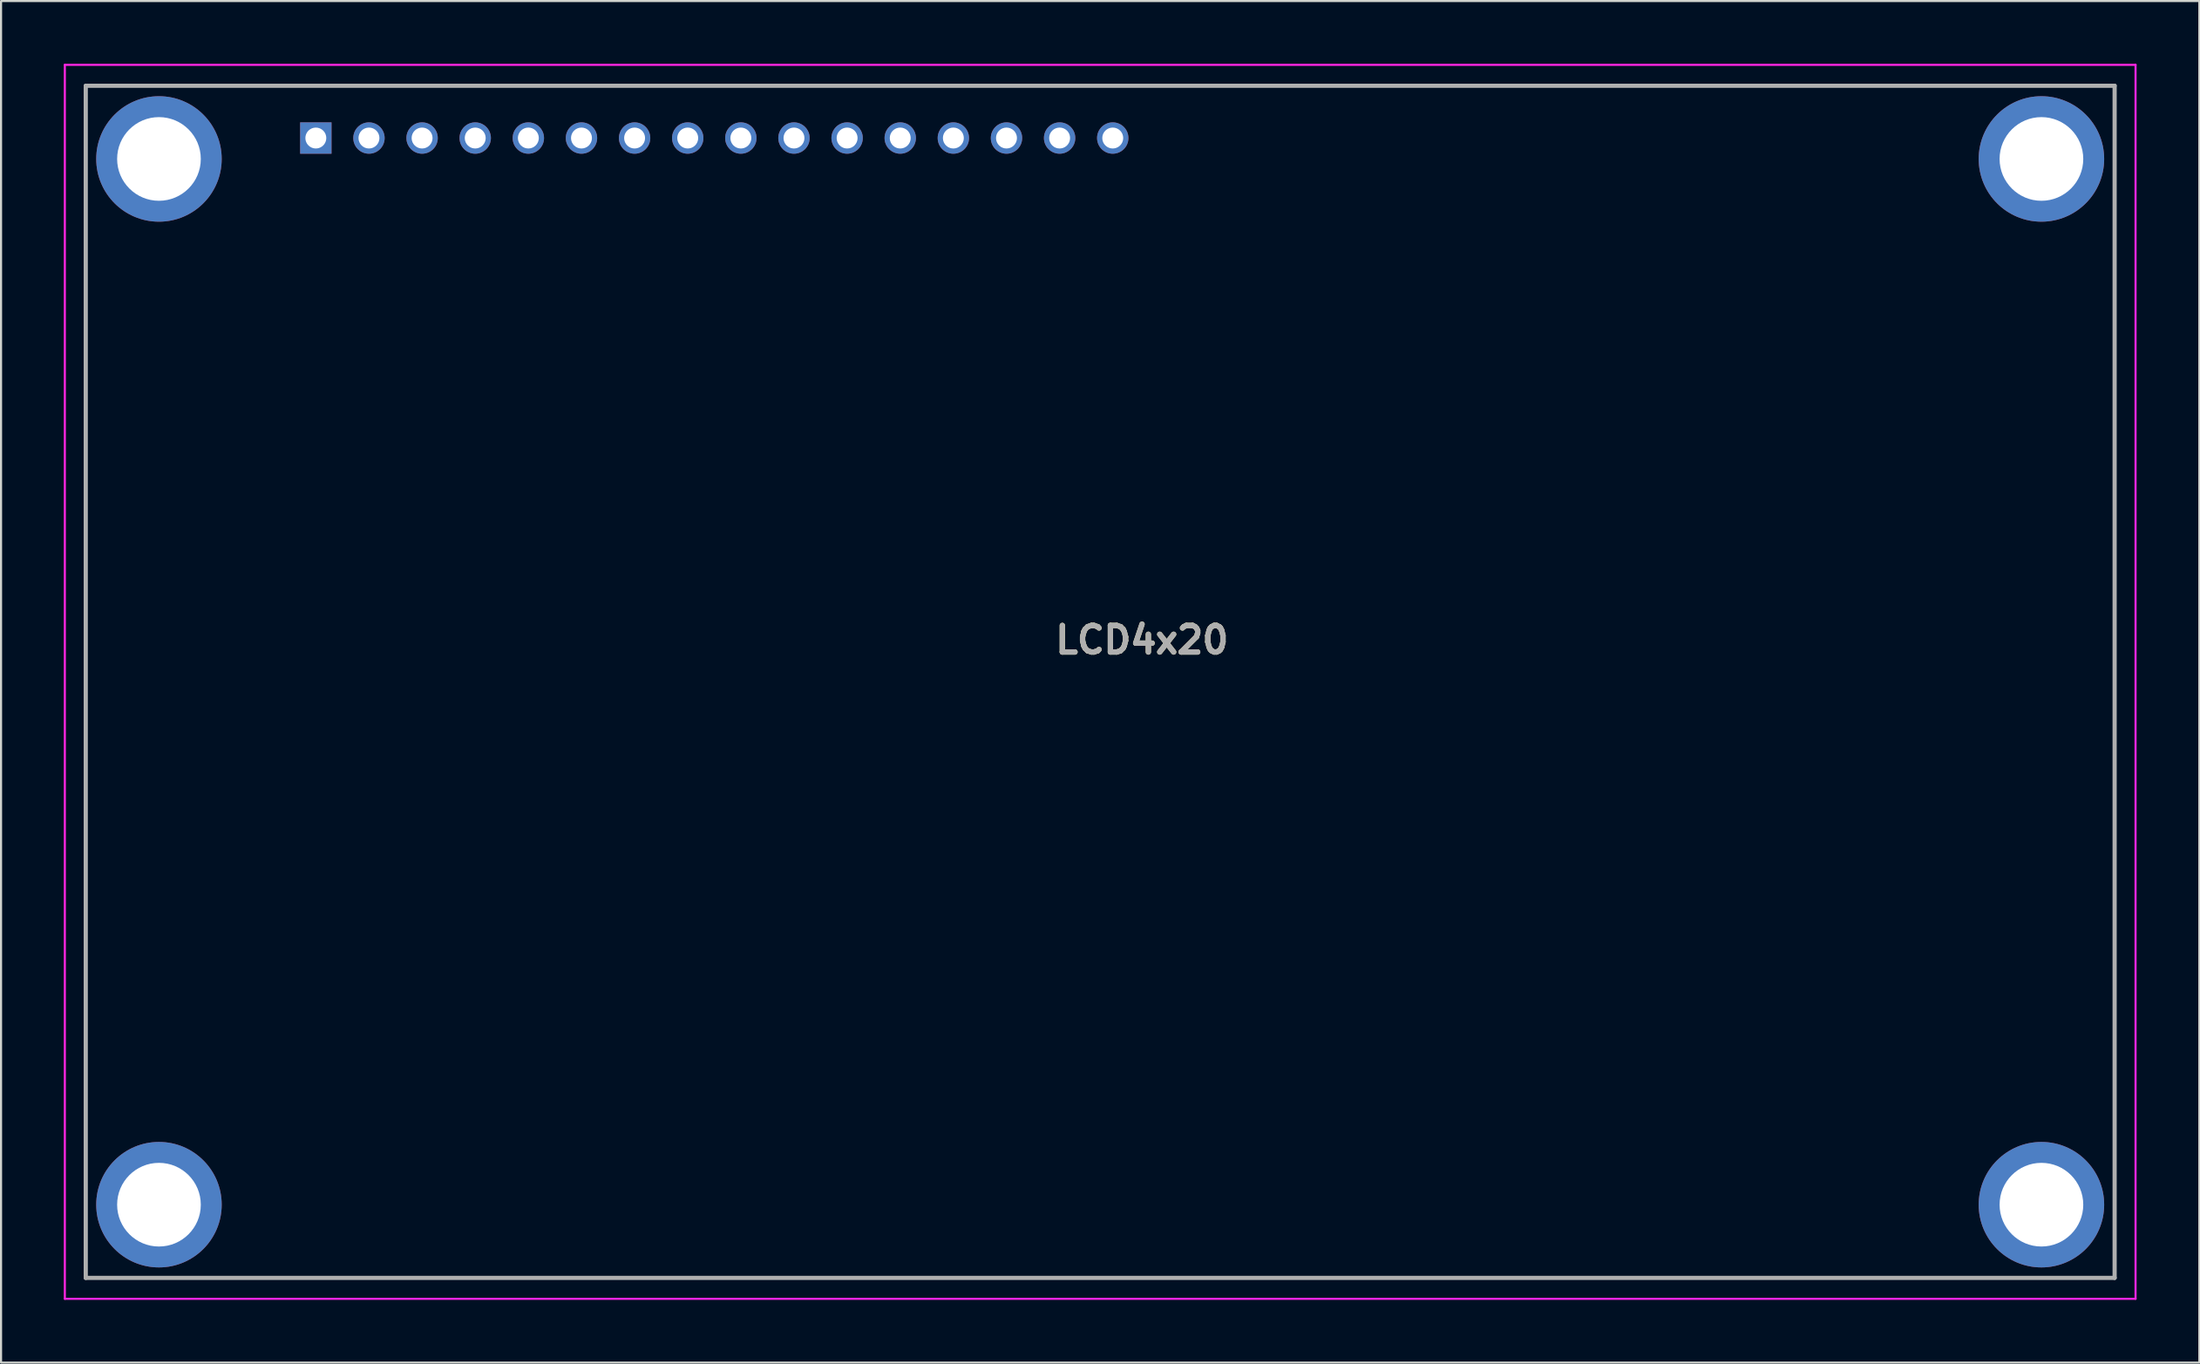
<source format=kicad_pcb>
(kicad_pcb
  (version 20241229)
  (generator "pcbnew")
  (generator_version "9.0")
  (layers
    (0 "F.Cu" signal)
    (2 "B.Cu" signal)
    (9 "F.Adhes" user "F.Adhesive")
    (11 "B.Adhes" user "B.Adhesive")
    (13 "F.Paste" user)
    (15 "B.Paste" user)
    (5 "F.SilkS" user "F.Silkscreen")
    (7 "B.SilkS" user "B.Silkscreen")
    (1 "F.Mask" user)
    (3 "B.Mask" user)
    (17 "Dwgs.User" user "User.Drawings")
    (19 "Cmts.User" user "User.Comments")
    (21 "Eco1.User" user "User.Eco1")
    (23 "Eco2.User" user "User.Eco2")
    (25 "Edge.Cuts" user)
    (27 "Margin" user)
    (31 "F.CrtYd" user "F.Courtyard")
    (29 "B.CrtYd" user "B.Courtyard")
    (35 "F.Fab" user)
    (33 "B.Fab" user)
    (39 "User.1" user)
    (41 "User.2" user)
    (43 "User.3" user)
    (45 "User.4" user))
  (footprint "LCD4x20"
    (layer "F.Cu")
    (at 11.05 3.55)
    (property "Reference" "LCD4x20" (at 40.5 24 0) (layer "F.SilkS") (effects (font (size 1.27 1.27) (thickness 0.254))))
    (attr through_hole)
    (fp_line (start -10 -2.5) (end 87 -2.5) (stroke (width 0.1) (type solid)) (layer "F.SilkS"))
    (fp_line (start -10 54.5) (end -10 -2.5) (stroke (width 0.1) (type solid)) (layer "F.SilkS"))
    (fp_line (start 87 -2.5) (end 87 54.5) (stroke (width 0.1) (type solid)) (layer "F.SilkS"))
    (fp_line (start 87 54.5) (end -10 54.5) (stroke (width 0.1) (type solid)) (layer "F.SilkS"))
    (fp_line (start -11 -3.5) (end 88 -3.5) (stroke (width 0.1) (type solid)) (layer "F.CrtYd"))
    (fp_line (start -11 55.5) (end -11 -3.5) (stroke (width 0.1) (type solid)) (layer "F.CrtYd"))
    (fp_line (start 88 -3.5) (end 88 55.5) (stroke (width 0.1) (type solid)) (layer "F.CrtYd"))
    (fp_line (start 88 55.5) (end -11 55.5) (stroke (width 0.1) (type solid)) (layer "F.CrtYd"))
    (fp_line (start -10 -2.5) (end 87 -2.5) (stroke (width 0.2) (type solid)) (layer "F.Fab"))
    (fp_line (start -10 54.5) (end -10 -2.5) (stroke (width 0.2) (type solid)) (layer "F.Fab"))
    (fp_line (start 87 -2.5) (end 87 54.5) (stroke (width 0.2) (type solid)) (layer "F.Fab"))
    (fp_line (start 87 54.5) (end -10 54.5) (stroke (width 0.2) (type solid)) (layer "F.Fab"))
    (fp_text user "${REFERENCE}" (at 40.5 24 0) (layer "F.Fab") (effects (font (size 1.27 1.27) (thickness 0.254))))
    (pad "1" thru_hole rect (at 1 0) (size 1.5 1.5) (drill 1) (layers "*.Cu" "*.Mask"))
    (pad "2" thru_hole circle (at 3.54 0) (size 1.5 1.5) (drill 1) (layers "*.Cu" "*.Mask"))
    (pad "3" thru_hole circle (at 6.08 0) (size 1.5 1.5) (drill 1) (layers "*.Cu" "*.Mask"))
    (pad "4" thru_hole circle (at 8.62 0) (size 1.5 1.5) (drill 1) (layers "*.Cu" "*.Mask"))
    (pad "5" thru_hole circle (at 11.16 0) (size 1.5 1.5) (drill 1) (layers "*.Cu" "*.Mask"))
    (pad "6" thru_hole circle (at 13.7 0) (size 1.5 1.5) (drill 1) (layers "*.Cu" "*.Mask"))
    (pad "7" thru_hole circle (at 16.24 0) (size 1.5 1.5) (drill 1) (layers "*.Cu" "*.Mask"))
    (pad "8" thru_hole circle (at 18.78 0) (size 1.5 1.5) (drill 1) (layers "*.Cu" "*.Mask"))
    (pad "9" thru_hole circle (at 21.32 0) (size 1.5 1.5) (drill 1) (layers "*.Cu" "*.Mask"))
    (pad "10" thru_hole circle (at 23.86 0) (size 1.5 1.5) (drill 1) (layers "*.Cu" "*.Mask"))
    (pad "11" thru_hole circle (at 26.4 0) (size 1.5 1.5) (drill 1) (layers "*.Cu" "*.Mask"))
    (pad "12" thru_hole circle (at 28.94 0) (size 1.5 1.5) (drill 1) (layers "*.Cu" "*.Mask"))
    (pad "13" thru_hole circle (at 31.48 0) (size 1.5 1.5) (drill 1) (layers "*.Cu" "*.Mask"))
    (pad "14" thru_hole circle (at 34.02 0) (size 1.5 1.5) (drill 1) (layers "*.Cu" "*.Mask"))
    (pad "15" thru_hole circle (at 36.56 0) (size 1.5 1.5) (drill 1) (layers "*.Cu" "*.Mask"))
    (pad "16" thru_hole circle (at 39.1 0) (size 1.5 1.5) (drill 1) (layers "*.Cu" "*.Mask"))
    (pad "MH1" thru_hole circle (at -6.5 1) (size 6 6) (drill 4) (layers "*.Cu" "*.Mask"))
    (pad "MH2" thru_hole circle (at -6.5 51) (size 6 6) (drill 4) (layers "*.Cu" "*.Mask"))
    (pad "MH3" thru_hole circle (at 83.5 51) (size 6 6) (drill 4) (layers "*.Cu" "*.Mask"))
    (pad "MH4" thru_hole circle (at 83.5 1) (size 6 6) (drill 4) (layers "*.Cu" "*.Mask")))
  (gr_rect
    (start -3 -3)
    (end 102.1 62.1)
    (stroke (width 0.1) (type default))
    (fill no)
    (layer "Edge.Cuts")))
</source>
